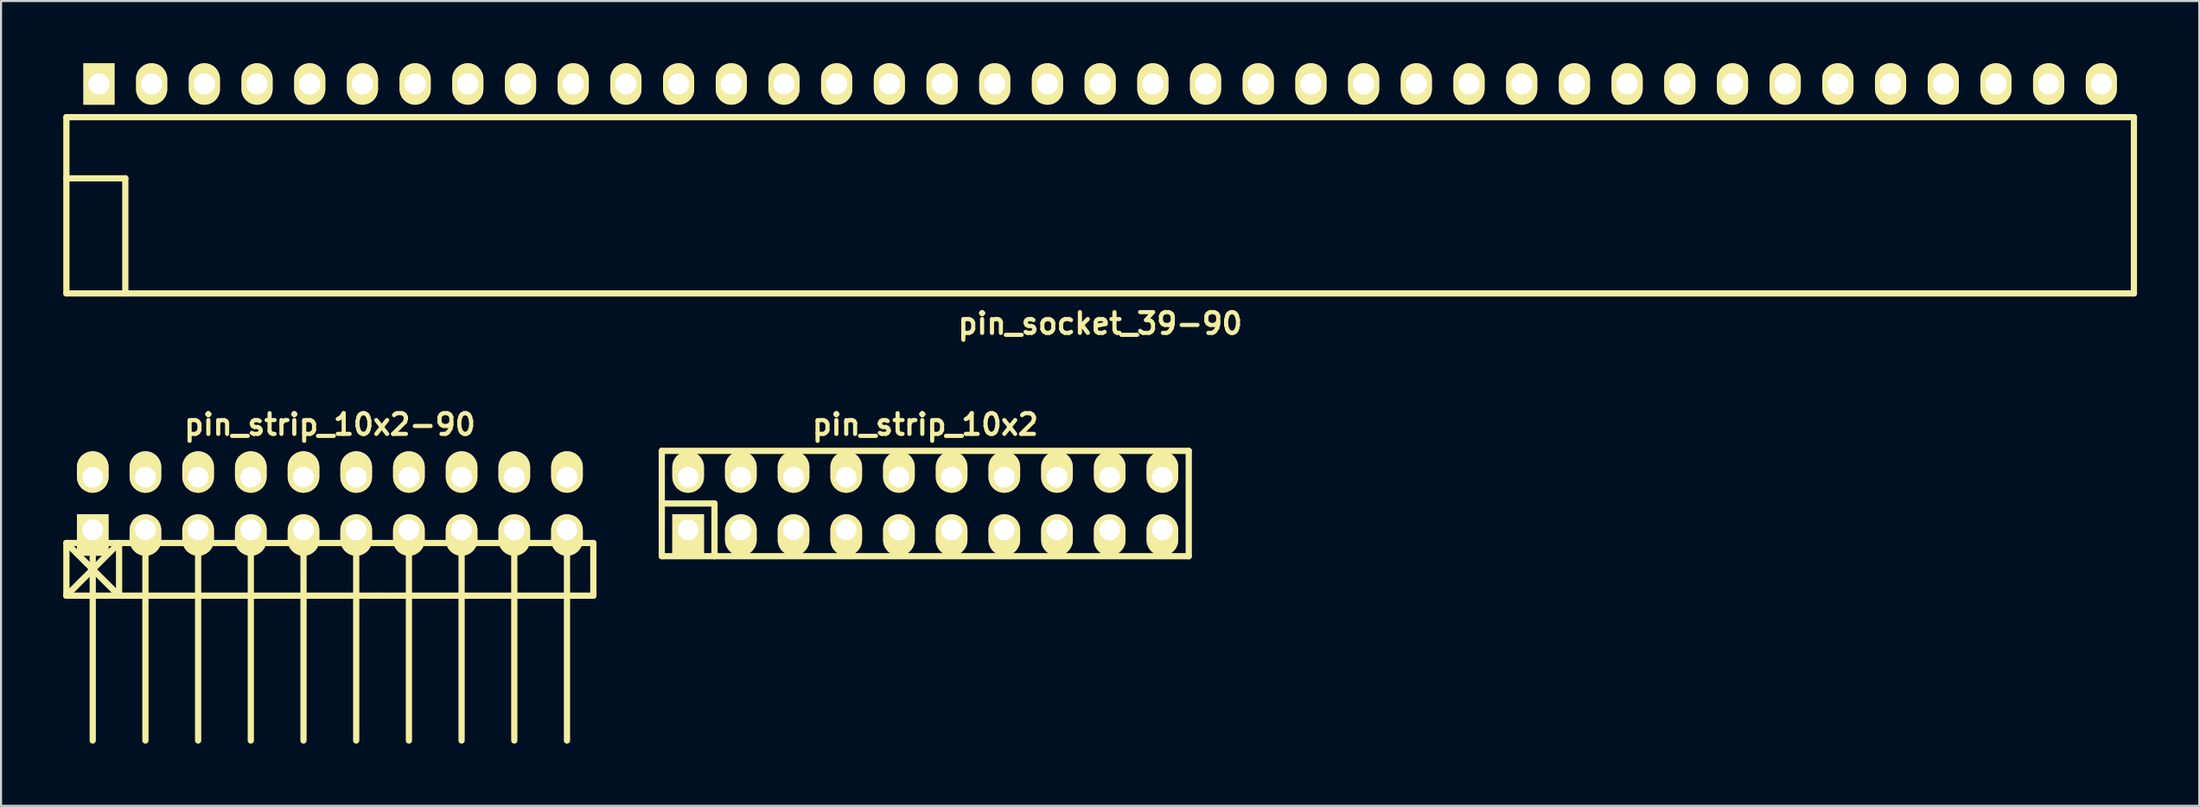
<source format=kicad_pcb>
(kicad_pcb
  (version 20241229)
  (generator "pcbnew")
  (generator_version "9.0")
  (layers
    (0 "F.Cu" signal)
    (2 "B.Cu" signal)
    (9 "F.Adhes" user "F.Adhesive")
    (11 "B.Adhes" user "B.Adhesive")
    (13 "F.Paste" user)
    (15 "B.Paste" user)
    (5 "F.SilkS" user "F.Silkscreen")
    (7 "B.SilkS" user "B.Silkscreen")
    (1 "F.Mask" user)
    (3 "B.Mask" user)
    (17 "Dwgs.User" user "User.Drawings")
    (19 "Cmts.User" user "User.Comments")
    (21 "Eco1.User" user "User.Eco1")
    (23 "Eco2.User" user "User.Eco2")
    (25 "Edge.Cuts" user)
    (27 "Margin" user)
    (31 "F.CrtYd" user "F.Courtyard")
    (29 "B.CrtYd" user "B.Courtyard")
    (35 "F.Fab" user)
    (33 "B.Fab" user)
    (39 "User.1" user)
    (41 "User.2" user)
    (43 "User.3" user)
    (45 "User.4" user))
  (footprint "pin_strip_10x2-90"
    (layer "F.Cu")
    (at 12.85 21.232)
    (property "Reference" "pin_strip_10x2-90" (at 0 -3.81 0) (layer "F.SilkS") (effects (font (size 1 1) (thickness 0.2))))
    (attr through_hole)
    (fp_line (start -12.7 1.905) (end -10.16 4.445) (stroke (width 0.3) (type solid)) (layer "F.SilkS"))
    (fp_line (start -12.7 1.905) (end 2.54 1.905) (stroke (width 0.3) (type solid)) (layer "F.SilkS"))
    (fp_line (start -12.7 4.445) (end -12.7 1.905) (stroke (width 0.3) (type solid)) (layer "F.SilkS"))
    (fp_line (start -11.43 1.27) (end -11.43 11.43) (stroke (width 0.3) (type solid)) (layer "F.SilkS"))
    (fp_line (start -10.16 1.905) (end -12.7 4.445) (stroke (width 0.3) (type solid)) (layer "F.SilkS"))
    (fp_line (start -10.16 4.445) (end -10.16 1.905) (stroke (width 0.3) (type solid)) (layer "F.SilkS"))
    (fp_line (start -8.89 1.27) (end -8.89 11.43) (stroke (width 0.3) (type solid)) (layer "F.SilkS"))
    (fp_line (start -6.35 11.43) (end -6.35 1.27) (stroke (width 0.3) (type solid)) (layer "F.SilkS"))
    (fp_line (start -3.81 1.27) (end -3.81 11.43) (stroke (width 0.3) (type solid)) (layer "F.SilkS"))
    (fp_line (start -1.27 1.27) (end -1.27 11.43) (stroke (width 0.3) (type solid)) (layer "F.SilkS"))
    (fp_line (start 1.27 1.27) (end 1.27 11.43) (stroke (width 0.3) (type solid)) (layer "F.SilkS"))
    (fp_line (start 2.54 1.905) (end 12.7 1.905) (stroke (width 0.3) (type solid)) (layer "F.SilkS"))
    (fp_line (start 2.54 4.445) (end -12.7 4.445) (stroke (width 0.3) (type solid)) (layer "F.SilkS"))
    (fp_line (start 3.81 1.27) (end 3.81 11.43) (stroke (width 0.3) (type solid)) (layer "F.SilkS"))
    (fp_line (start 6.35 1.27) (end 6.35 11.43) (stroke (width 0.3) (type solid)) (layer "F.SilkS"))
    (fp_line (start 8.89 1.27) (end 8.89 11.43) (stroke (width 0.3) (type solid)) (layer "F.SilkS"))
    (fp_line (start 11.43 1.27) (end 11.43 11.43) (stroke (width 0.3) (type solid)) (layer "F.SilkS"))
    (fp_line (start 12.7 1.905) (end 12.7 4.445) (stroke (width 0.3) (type solid)) (layer "F.SilkS"))
    (fp_line (start 12.7 4.445) (end 2.54 4.445) (stroke (width 0.3) (type solid)) (layer "F.SilkS"))
    (pad "1" thru_hole rect (at -11.43 1.27) (size 1.524 1.999) (drill 1.001 (offset 0 0.249)) (layers "*.Cu" "*.Mask" "F.SilkS"))
    (pad "2" thru_hole oval (at -11.43 -1.27) (size 1.524 1.999) (drill 1.001 (offset 0 -0.249)) (layers "*.Cu" "*.Mask" "F.SilkS"))
    (pad "3" thru_hole oval (at -8.89 1.27) (size 1.524 1.999) (drill 1.001 (offset 0 0.249)) (layers "*.Cu" "*.Mask" "F.SilkS"))
    (pad "4" thru_hole oval (at -8.89 -1.27) (size 1.524 1.999) (drill 1.001 (offset 0 -0.249)) (layers "*.Cu" "*.Mask" "F.SilkS"))
    (pad "5" thru_hole oval (at -6.35 1.27) (size 1.524 1.999) (drill 1.001 (offset 0 0.249)) (layers "*.Cu" "*.Mask" "F.SilkS"))
    (pad "6" thru_hole oval (at -6.35 -1.27) (size 1.524 1.999) (drill 1.001 (offset 0 -0.249)) (layers "*.Cu" "*.Mask" "F.SilkS"))
    (pad "7" thru_hole oval (at -3.81 1.27) (size 1.524 1.999) (drill 1.001 (offset 0 0.249)) (layers "*.Cu" "*.Mask" "F.SilkS"))
    (pad "8" thru_hole oval (at -3.81 -1.27) (size 1.524 1.999) (drill 1.001 (offset 0 -0.249)) (layers "*.Cu" "*.Mask" "F.SilkS"))
    (pad "9" thru_hole oval (at -1.27 1.27) (size 1.524 1.999) (drill 1.001 (offset 0 0.249)) (layers "*.Cu" "*.Mask" "F.SilkS"))
    (pad "10" thru_hole oval (at -1.27 -1.27) (size 1.524 1.999) (drill 1.001 (offset 0 -0.249)) (layers "*.Cu" "*.Mask" "F.SilkS"))
    (pad "11" thru_hole oval (at 1.27 1.27) (size 1.524 1.999) (drill 1.001 (offset 0 0.249)) (layers "*.Cu" "*.Mask" "F.SilkS"))
    (pad "12" thru_hole oval (at 1.27 -1.27) (size 1.524 1.999) (drill 1.001 (offset 0 -0.249)) (layers "*.Cu" "*.Mask" "F.SilkS"))
    (pad "13" thru_hole oval (at 3.81 1.27) (size 1.524 1.999) (drill 1.001 (offset 0 0.249)) (layers "*.Cu" "*.Mask" "F.SilkS"))
    (pad "14" thru_hole oval (at 3.81 -1.27) (size 1.524 1.999) (drill 1.001 (offset 0 -0.249)) (layers "*.Cu" "*.Mask" "F.SilkS"))
    (pad "15" thru_hole oval (at 6.35 1.27) (size 1.524 1.999) (drill 1.001 (offset 0 0.249)) (layers "*.Cu" "*.Mask" "F.SilkS"))
    (pad "16" thru_hole oval (at 6.35 -1.27) (size 1.524 1.999) (drill 1.001 (offset 0 -0.249)) (layers "*.Cu" "*.Mask" "F.SilkS"))
    (pad "17" thru_hole oval (at 8.89 1.27) (size 1.524 1.999) (drill 1.001 (offset 0 0.249)) (layers "*.Cu" "*.Mask" "F.SilkS"))
    (pad "18" thru_hole oval (at 8.89 -1.27) (size 1.524 1.999) (drill 1.001 (offset 0 -0.249)) (layers "*.Cu" "*.Mask" "F.SilkS"))
    (pad "19" thru_hole oval (at 11.43 1.27) (size 1.524 1.999) (drill 1.001 (offset 0 0.249)) (layers "*.Cu" "*.Mask" "F.SilkS"))
    (pad "20" thru_hole oval (at 11.43 -1.27) (size 1.524 1.999) (drill 1.001 (offset 0 -0.249)) (layers "*.Cu" "*.Mask" "F.SilkS")))
  (footprint "pin_socket_39-90"
    (layer "F.Cu")
    (at 49.98 5.55)
    (property "Reference" "pin_socket_39-90" (at 0 7 0) (layer "F.SilkS") (effects (font (size 1 1) (thickness 0.2))))
    (attr through_hole)
    (fp_line (start -49.83 -2.95) (end -49.83 5.55) (stroke (width 0.3) (type solid)) (layer "F.SilkS"))
    (fp_line (start -49.83 -2.95) (end 49.83 -2.95) (stroke (width 0.3) (type solid)) (layer "F.SilkS"))
    (fp_line (start -49.83 0) (end -46.99 0) (stroke (width 0.3) (type solid)) (layer "F.SilkS"))
    (fp_line (start -49.83 5.55) (end 49.83 5.55) (stroke (width 0.3) (type solid)) (layer "F.SilkS"))
    (fp_line (start -46.99 0) (end -46.99 5.55) (stroke (width 0.3) (type solid)) (layer "F.SilkS"))
    (fp_line (start 49.83 -2.95) (end 49.83 5.55) (stroke (width 0.3) (type solid)) (layer "F.SilkS"))
    (pad "1" thru_hole rect (at -48.26 -4.55) (size 1.5 2) (drill 1.02) (layers "*.Cu" "*.Mask" "F.SilkS"))
    (pad "2" thru_hole oval (at -45.72 -4.55) (size 1.5 2) (drill 1.02) (layers "*.Cu" "*.Mask" "F.SilkS"))
    (pad "3" thru_hole oval (at -43.18 -4.55) (size 1.5 2) (drill 1.02) (layers "*.Cu" "*.Mask" "F.SilkS"))
    (pad "4" thru_hole oval (at -40.64 -4.55) (size 1.5 2) (drill 1.02) (layers "*.Cu" "*.Mask" "F.SilkS"))
    (pad "5" thru_hole oval (at -38.1 -4.55) (size 1.5 2) (drill 1.02) (layers "*.Cu" "*.Mask" "F.SilkS"))
    (pad "6" thru_hole oval (at -35.56 -4.55) (size 1.5 2) (drill 1.02) (layers "*.Cu" "*.Mask" "F.SilkS"))
    (pad "7" thru_hole oval (at -33.02 -4.55) (size 1.5 2) (drill 1.02) (layers "*.Cu" "*.Mask" "F.SilkS"))
    (pad "8" thru_hole oval (at -30.48 -4.55) (size 1.5 2) (drill 1.02) (layers "*.Cu" "*.Mask" "F.SilkS"))
    (pad "9" thru_hole oval (at -27.94 -4.55) (size 1.5 2) (drill 1.02) (layers "*.Cu" "*.Mask" "F.SilkS"))
    (pad "10" thru_hole oval (at -25.4 -4.55) (size 1.5 2) (drill 1.02) (layers "*.Cu" "*.Mask" "F.SilkS"))
    (pad "12" thru_hole oval (at -20.32 -4.55) (size 1.5 2) (drill 1.02) (layers "*.Cu" "*.Mask" "F.SilkS"))
    (pad "13" thru_hole oval (at -17.78 -4.55) (size 1.5 2) (drill 1.02) (layers "*.Cu" "*.Mask" "F.SilkS"))
    (pad "14" thru_hole oval (at -15.24 -4.55) (size 1.5 2) (drill 1.02) (layers "*.Cu" "*.Mask" "F.SilkS"))
    (pad "15" thru_hole oval (at -12.7 -4.55) (size 1.5 2) (drill 1.02) (layers "*.Cu" "*.Mask" "F.SilkS"))
    (pad "16" thru_hole oval (at -10.16 -4.55) (size 1.5 2) (drill 1.02) (layers "*.Cu" "*.Mask" "F.SilkS"))
    (pad "17" thru_hole oval (at -7.62 -4.55) (size 1.5 2) (drill 1.02) (layers "*.Cu" "*.Mask" "F.SilkS"))
    (pad "18" thru_hole oval (at -5.08 -4.55) (size 1.5 2) (drill 1.02) (layers "*.Cu" "*.Mask" "F.SilkS"))
    (pad "19" thru_hole oval (at -2.54 -4.55) (size 1.5 2) (drill 1.02) (layers "*.Cu" "*.Mask" "F.SilkS"))
    (pad "20" thru_hole oval (at 0 -4.55) (size 1.5 2) (drill 1.02) (layers "*.Cu" "*.Mask" "F.SilkS"))
    (pad "21" thru_hole oval (at 2.54 -4.55) (size 1.5 2) (drill 1.02) (layers "*.Cu" "*.Mask" "F.SilkS"))
    (pad "22" thru_hole oval (at 5.08 -4.55) (size 1.5 2) (drill 1.02) (layers "*.Cu" "*.Mask" "F.SilkS"))
    (pad "23" thru_hole oval (at 7.62 -4.55) (size 1.5 2) (drill 1.02) (layers "*.Cu" "*.Mask" "F.SilkS"))
    (pad "24" thru_hole oval (at 10.16 -4.55) (size 1.5 2) (drill 1.02) (layers "*.Cu" "*.Mask" "F.SilkS"))
    (pad "25" thru_hole oval (at 12.7 -4.55) (size 1.5 2) (drill 1.02) (layers "*.Cu" "*.Mask" "F.SilkS"))
    (pad "26" thru_hole oval (at 15.24 -4.55) (size 1.5 2) (drill 1.02) (layers "*.Cu" "*.Mask" "F.SilkS"))
    (pad "27" thru_hole oval (at 17.78 -4.55) (size 1.5 2) (drill 1.02) (layers "*.Cu" "*.Mask" "F.SilkS"))
    (pad "28" thru_hole oval (at 20.32 -4.55) (size 1.5 2) (drill 1.02) (layers "*.Cu" "*.Mask" "F.SilkS"))
    (pad "29" thru_hole oval (at 22.86 -4.55) (size 1.5 2) (drill 1.02) (layers "*.Cu" "*.Mask" "F.SilkS"))
    (pad "30" thru_hole oval (at 25.4 -4.55) (size 1.5 2) (drill 1.02) (layers "*.Cu" "*.Mask" "F.SilkS"))
    (pad "31" thru_hole oval (at 27.94 -4.55) (size 1.5 2) (drill 1.02) (layers "*.Cu" "*.Mask" "F.SilkS"))
    (pad "32" thru_hole oval (at 30.48 -4.55) (size 1.5 2) (drill 1.02) (layers "*.Cu" "*.Mask" "F.SilkS"))
    (pad "33" thru_hole oval (at 33.02 -4.55) (size 1.5 2) (drill 1.02) (layers "*.Cu" "*.Mask" "F.SilkS"))
    (pad "34" thru_hole oval (at 35.56 -4.55) (size 1.5 2) (drill 1.02) (layers "*.Cu" "*.Mask" "F.SilkS"))
    (pad "35" thru_hole oval (at 38.1 -4.55) (size 1.5 2) (drill 1.02) (layers "*.Cu" "*.Mask" "F.SilkS"))
    (pad "36" thru_hole oval (at 40.64 -4.55) (size 1.5 2) (drill 1.02) (layers "*.Cu" "*.Mask" "F.SilkS"))
    (pad "37" thru_hole oval (at 43.18 -4.55) (size 1.5 2) (drill 1.02) (layers "*.Cu" "*.Mask" "F.SilkS"))
    (pad "38" thru_hole oval (at 45.72 -4.55) (size 1.5 2) (drill 1.02) (layers "*.Cu" "*.Mask" "F.SilkS"))
    (pad "39" thru_hole oval (at 48.26 -4.55) (size 1.5 2) (drill 1.02) (layers "*.Cu" "*.Mask" "F.SilkS"))
    (pad "1121" thru_hole oval (at -22.86 -4.55) (size 1.5 2) (drill 1.02) (layers "*.Cu" "*.Mask" "F.SilkS")))
  (footprint "pin_strip_10x2"
    (layer "F.Cu")
    (at 41.55 21.232)
    (property "Reference" "pin_strip_10x2" (at 0 -3.81 0) (layer "F.SilkS") (effects (font (size 1 1) (thickness 0.2))))
    (attr through_hole)
    (fp_line (start -12.7 -2.54) (end -12.7 2.54) (stroke (width 0.3) (type solid)) (layer "F.SilkS"))
    (fp_line (start -12.7 0) (end -10.16 0) (stroke (width 0.3) (type solid)) (layer "F.SilkS"))
    (fp_line (start -12.7 2.54) (end 12.7 2.54) (stroke (width 0.3) (type solid)) (layer "F.SilkS"))
    (fp_line (start -10.16 0) (end -10.16 2.54) (stroke (width 0.3) (type solid)) (layer "F.SilkS"))
    (fp_line (start 12.7 -2.54) (end -12.7 -2.54) (stroke (width 0.3) (type solid)) (layer "F.SilkS"))
    (fp_line (start 12.7 2.54) (end 12.7 -2.54) (stroke (width 0.3) (type solid)) (layer "F.SilkS"))
    (pad "1" thru_hole rect (at -11.43 1.27) (size 1.524 1.999) (drill 1.001 (offset 0 0.249)) (layers "*.Cu" "*.Mask" "F.SilkS"))
    (pad "2" thru_hole oval (at -11.43 -1.27) (size 1.524 1.999) (drill 1.001 (offset 0 -0.249)) (layers "*.Cu" "*.Mask" "F.SilkS"))
    (pad "3" thru_hole oval (at -8.89 1.27) (size 1.524 1.999) (drill 1.001 (offset 0 0.249)) (layers "*.Cu" "*.Mask" "F.SilkS"))
    (pad "4" thru_hole oval (at -8.89 -1.27) (size 1.524 1.999) (drill 1.001 (offset 0 -0.249)) (layers "*.Cu" "*.Mask" "F.SilkS"))
    (pad "5" thru_hole oval (at -6.35 1.27) (size 1.524 1.999) (drill 1.001 (offset 0 0.249)) (layers "*.Cu" "*.Mask" "F.SilkS"))
    (pad "6" thru_hole oval (at -6.35 -1.27) (size 1.524 1.999) (drill 1.001 (offset 0 -0.249)) (layers "*.Cu" "*.Mask" "F.SilkS"))
    (pad "7" thru_hole oval (at -3.81 1.27) (size 1.524 1.999) (drill 1.001 (offset 0 0.249)) (layers "*.Cu" "*.Mask" "F.SilkS"))
    (pad "8" thru_hole oval (at -3.81 -1.27) (size 1.524 1.999) (drill 1.001 (offset 0 -0.249)) (layers "*.Cu" "*.Mask" "F.SilkS"))
    (pad "9" thru_hole oval (at -1.27 1.27) (size 1.524 1.999) (drill 1.001 (offset 0 0.249)) (layers "*.Cu" "*.Mask" "F.SilkS"))
    (pad "10" thru_hole oval (at -1.27 -1.27) (size 1.524 1.999) (drill 1.001 (offset 0 -0.249)) (layers "*.Cu" "*.Mask" "F.SilkS"))
    (pad "11" thru_hole oval (at 1.27 1.27) (size 1.524 1.999) (drill 1.001 (offset 0 0.249)) (layers "*.Cu" "*.Mask" "F.SilkS"))
    (pad "12" thru_hole oval (at 1.27 -1.27) (size 1.524 1.999) (drill 1.001 (offset 0 -0.249)) (layers "*.Cu" "*.Mask" "F.SilkS"))
    (pad "13" thru_hole oval (at 3.81 1.27) (size 1.524 1.999) (drill 1.001 (offset 0 0.249)) (layers "*.Cu" "*.Mask" "F.SilkS"))
    (pad "14" thru_hole oval (at 3.81 -1.27) (size 1.524 1.999) (drill 1.001 (offset 0 -0.249)) (layers "*.Cu" "*.Mask" "F.SilkS"))
    (pad "15" thru_hole oval (at 6.35 1.27) (size 1.524 1.999) (drill 1.001 (offset 0 0.249)) (layers "*.Cu" "*.Mask" "F.SilkS"))
    (pad "16" thru_hole oval (at 6.35 -1.27) (size 1.524 1.999) (drill 1.001 (offset 0 -0.249)) (layers "*.Cu" "*.Mask" "F.SilkS"))
    (pad "17" thru_hole oval (at 8.89 1.27) (size 1.524 1.999) (drill 1.001 (offset 0 0.249)) (layers "*.Cu" "*.Mask" "F.SilkS"))
    (pad "18" thru_hole oval (at 8.89 -1.27) (size 1.524 1.999) (drill 1.001 (offset 0 -0.249)) (layers "*.Cu" "*.Mask" "F.SilkS"))
    (pad "19" thru_hole oval (at 11.43 1.27) (size 1.524 1.999) (drill 1.001 (offset 0 0.249)) (layers "*.Cu" "*.Mask" "F.SilkS"))
    (pad "20" thru_hole oval (at 11.43 -1.27) (size 1.524 1.999) (drill 1.001 (offset 0 -0.249)) (layers "*.Cu" "*.Mask" "F.SilkS")))
  (gr_rect
    (start -3 -3)
    (end 102.96 35.812)
    (stroke (width 0.1) (type default))
    (fill no)
    (layer "Edge.Cuts")))
</source>
